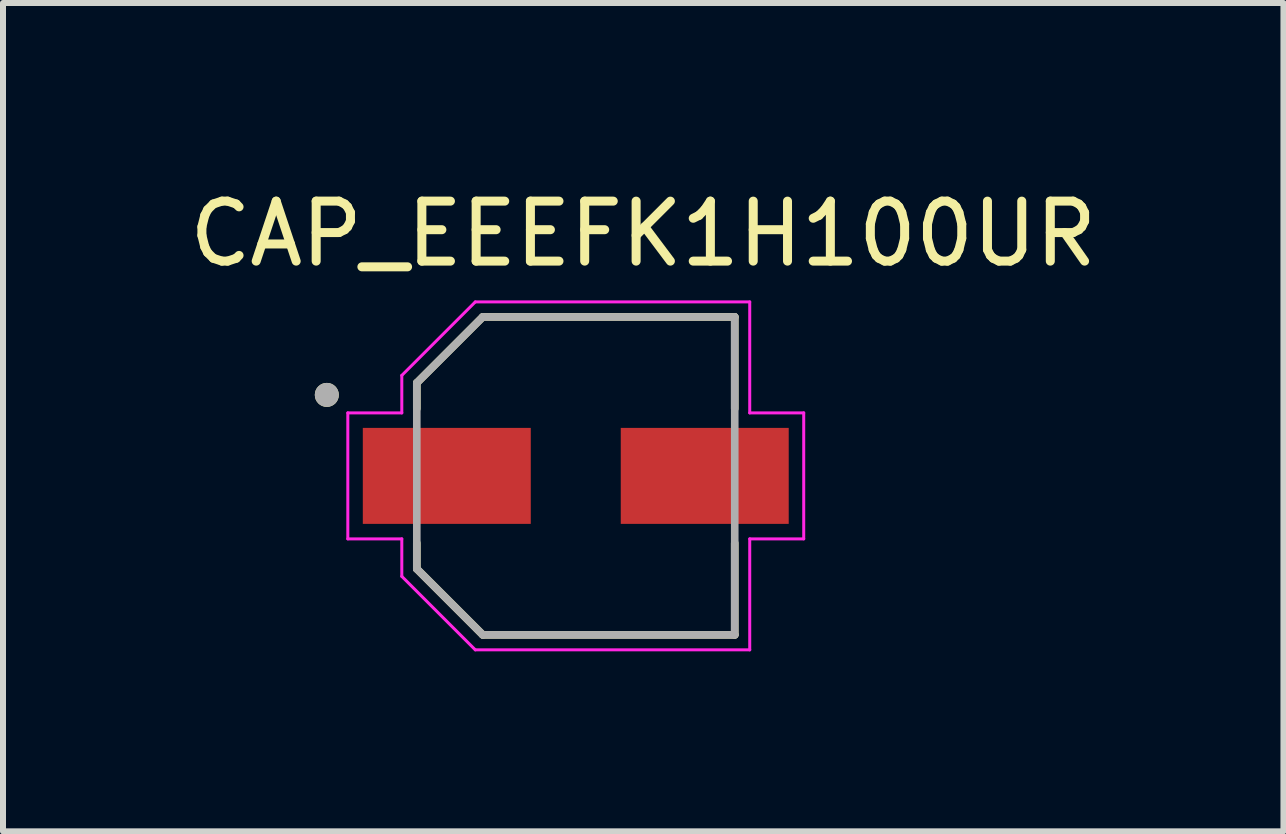
<source format=kicad_pcb>
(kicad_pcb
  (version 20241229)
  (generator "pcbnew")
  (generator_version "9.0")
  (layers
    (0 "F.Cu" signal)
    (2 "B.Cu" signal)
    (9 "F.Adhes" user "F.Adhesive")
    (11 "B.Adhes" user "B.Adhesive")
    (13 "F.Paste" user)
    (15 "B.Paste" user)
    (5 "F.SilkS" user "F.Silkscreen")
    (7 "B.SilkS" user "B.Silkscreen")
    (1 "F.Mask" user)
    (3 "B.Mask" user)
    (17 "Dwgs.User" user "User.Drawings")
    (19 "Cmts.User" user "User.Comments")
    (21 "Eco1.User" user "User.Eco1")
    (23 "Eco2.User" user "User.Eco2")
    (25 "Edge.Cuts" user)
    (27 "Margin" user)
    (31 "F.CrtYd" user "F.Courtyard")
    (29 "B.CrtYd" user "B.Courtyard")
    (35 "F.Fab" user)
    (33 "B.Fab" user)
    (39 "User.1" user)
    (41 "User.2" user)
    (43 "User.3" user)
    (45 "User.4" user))
  (footprint "CAP_EEEFK1H100UR"
    (layer "F.Cu")
    (at 6.548 4.883)
    (property "Reference" "CAP_EEEFK1H100UR" (at 1.125 -4.035 0) (layer "F.SilkS") (effects (font (size 1 1) (thickness 0.15))))
    (attr smd)
    (fp_line (start -2.65 -1.55) (end -2.65 -1.12) (stroke (width 0.127) (type solid)) (layer "F.SilkS"))
    (fp_line (start -2.65 1.12) (end -2.65 1.55) (stroke (width 0.127) (type solid)) (layer "F.SilkS"))
    (fp_line (start -2.65 1.55) (end -1.55 2.65) (stroke (width 0.127) (type solid)) (layer "F.SilkS"))
    (fp_line (start -1.55 -2.65) (end -2.65 -1.55) (stroke (width 0.127) (type solid)) (layer "F.SilkS"))
    (fp_line (start -1.55 2.65) (end 2.65 2.65) (stroke (width 0.127) (type solid)) (layer "F.SilkS"))
    (fp_line (start 2.65 -2.65) (end -1.55 -2.65) (stroke (width 0.127) (type solid)) (layer "F.SilkS"))
    (fp_line (start 2.65 -1.12) (end 2.65 -2.65) (stroke (width 0.127) (type solid)) (layer "F.SilkS"))
    (fp_line (start 2.65 2.65) (end 2.65 1.12) (stroke (width 0.127) (type solid)) (layer "F.SilkS"))
    (fp_circle (center -4.15 -1.35) (end -4.05 -1.35) (stroke (width 0.2) (type solid)) (fill no) (layer "F.SilkS"))
    (fp_line (start -3.8 -1.05) (end -2.9 -1.05) (stroke (width 0.05) (type solid)) (layer "F.CrtYd"))
    (fp_line (start -3.8 1.05) (end -3.8 -1.05) (stroke (width 0.05) (type solid)) (layer "F.CrtYd"))
    (fp_line (start -2.9 -1.675) (end -1.675 -2.9) (stroke (width 0.05) (type solid)) (layer "F.CrtYd"))
    (fp_line (start -2.9 -1.05) (end -2.9 -1.675) (stroke (width 0.05) (type solid)) (layer "F.CrtYd"))
    (fp_line (start -2.9 1.05) (end -3.8 1.05) (stroke (width 0.05) (type solid)) (layer "F.CrtYd"))
    (fp_line (start -2.9 1.675) (end -2.9 1.05) (stroke (width 0.05) (type solid)) (layer "F.CrtYd"))
    (fp_line (start -1.675 -2.9) (end 2.9 -2.9) (stroke (width 0.05) (type solid)) (layer "F.CrtYd"))
    (fp_line (start -1.675 2.9) (end -2.9 1.675) (stroke (width 0.05) (type solid)) (layer "F.CrtYd"))
    (fp_line (start 2.9 -2.9) (end 2.9 -1.05) (stroke (width 0.05) (type solid)) (layer "F.CrtYd"))
    (fp_line (start 2.9 -1.05) (end 3.8 -1.05) (stroke (width 0.05) (type solid)) (layer "F.CrtYd"))
    (fp_line (start 2.9 1.05) (end 2.9 2.9) (stroke (width 0.05) (type solid)) (layer "F.CrtYd"))
    (fp_line (start 2.9 2.9) (end -1.675 2.9) (stroke (width 0.05) (type solid)) (layer "F.CrtYd"))
    (fp_line (start 3.8 -1.05) (end 3.8 1.05) (stroke (width 0.05) (type solid)) (layer "F.CrtYd"))
    (fp_line (start 3.8 1.05) (end 2.9 1.05) (stroke (width 0.05) (type solid)) (layer "F.CrtYd"))
    (fp_line (start -2.65 -1.55) (end -2.65 1.55) (stroke (width 0.127) (type solid)) (layer "F.Fab"))
    (fp_line (start -2.65 1.55) (end -1.55 2.65) (stroke (width 0.127) (type solid)) (layer "F.Fab"))
    (fp_line (start -1.55 -2.65) (end -2.65 -1.55) (stroke (width 0.127) (type solid)) (layer "F.Fab"))
    (fp_line (start -1.55 2.65) (end 2.65 2.65) (stroke (width 0.127) (type solid)) (layer "F.Fab"))
    (fp_line (start 2.65 -2.65) (end -1.55 -2.65) (stroke (width 0.127) (type solid)) (layer "F.Fab"))
    (fp_line (start 2.65 2.65) (end 2.65 -2.65) (stroke (width 0.127) (type solid)) (layer "F.Fab"))
    (fp_circle (center -4.15 -1.35) (end -4.05 -1.35) (stroke (width 0.2) (type solid)) (fill no) (layer "F.Fab"))
    (pad "1" smd rect (at -2.15 0) (size 2.8 1.6) (layers "F.Cu" "F.Mask" "F.Paste"))
    (pad "2" smd rect (at 2.15 0) (size 2.8 1.6) (layers "F.Cu" "F.Mask" "F.Paste")))
  (gr_rect
    (start -3 -3)
    (end 18.345 10.808)
    (stroke (width 0.1) (type default))
    (fill no)
    (layer "Edge.Cuts")))
</source>
